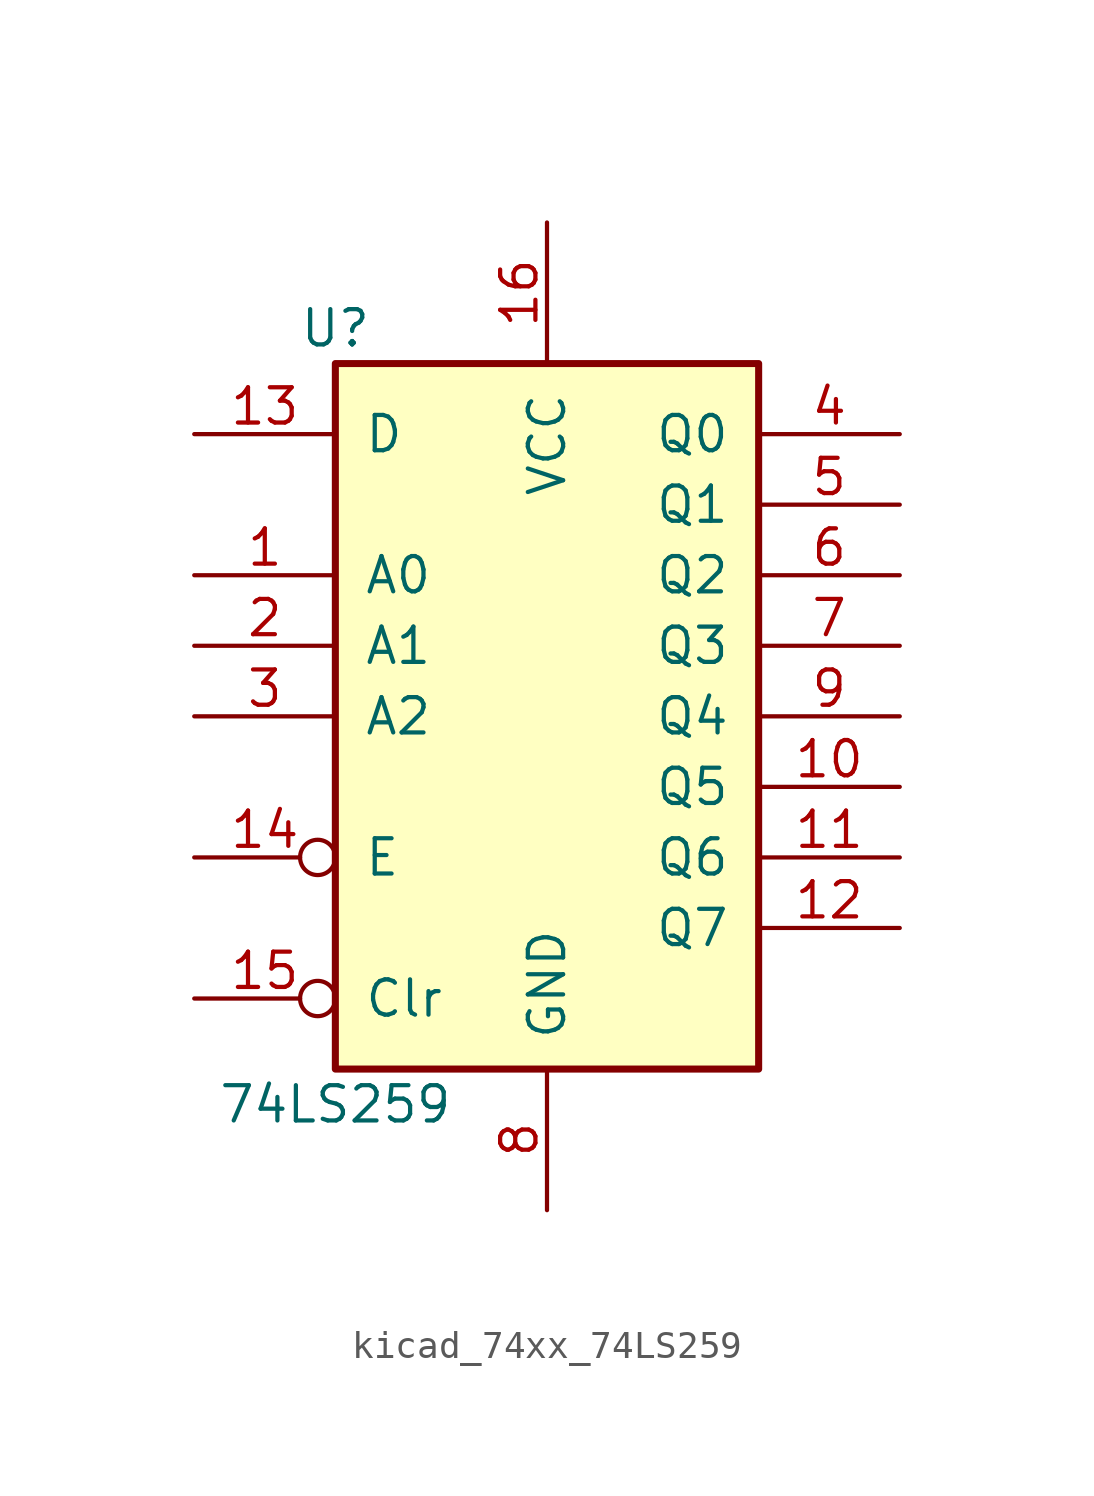
<source format=kicad_sym>
(kicad_symbol_lib
  (version 20220914)
  (generator kicad_symbol_editor)
  (symbol "kicad_74xx_74LS259"
    (pin_names
      (offset 1.016))
    (property "Reference" "U"
      (at -7.62 13.97 0)
      (effects (font (size 1.27 1.27))))
    (property "Value" "74LS259"
      (at -7.62 -13.97 0)
      (effects (font (size 1.27 1.27))))
    (property "ki_locked" ""
      (at 0 0 0)
      (effects (font (size 1.27 1.27))))
    (symbol "kicad_74xx_74LS259_1_0"
      (pin input line (at -12.7 5.08 0) (length 5.08) (name "A0" (effects (font (size 1.27 1.27)))) (number "1" (effects (font (size 1.27 1.27)))))
      (pin output line (at 12.7 -2.54 180) (length 5.08) (name "Q5" (effects (font (size 1.27 1.27)))) (number "10" (effects (font (size 1.27 1.27)))))
      (pin output line (at 12.7 -5.08 180) (length 5.08) (name "Q6" (effects (font (size 1.27 1.27)))) (number "11" (effects (font (size 1.27 1.27)))))
      (pin output line (at 12.7 -7.62 180) (length 5.08) (name "Q7" (effects (font (size 1.27 1.27)))) (number "12" (effects (font (size 1.27 1.27)))))
      (pin input line (at -12.7 10.16 0) (length 5.08) (name "D" (effects (font (size 1.27 1.27)))) (number "13" (effects (font (size 1.27 1.27)))))
      (pin input inverted (at -12.7 -5.08 0) (length 5.08) (name "E" (effects (font (size 1.27 1.27)))) (number "14" (effects (font (size 1.27 1.27)))))
      (pin input inverted (at -12.7 -10.16 0) (length 5.08) (name "Clr" (effects (font (size 1.27 1.27)))) (number "15" (effects (font (size 1.27 1.27)))))
      (pin power_in line (at 0 17.78 270) (length 5.08) (name "VCC" (effects (font (size 1.27 1.27)))) (number "16" (effects (font (size 1.27 1.27)))))
      (pin input line (at -12.7 2.54 0) (length 5.08) (name "A1" (effects (font (size 1.27 1.27)))) (number "2" (effects (font (size 1.27 1.27)))))
      (pin input line (at -12.7 0 0) (length 5.08) (name "A2" (effects (font (size 1.27 1.27)))) (number "3" (effects (font (size 1.27 1.27)))))
      (pin output line (at 12.7 10.16 180) (length 5.08) (name "Q0" (effects (font (size 1.27 1.27)))) (number "4" (effects (font (size 1.27 1.27)))))
      (pin output line (at 12.7 7.62 180) (length 5.08) (name "Q1" (effects (font (size 1.27 1.27)))) (number "5" (effects (font (size 1.27 1.27)))))
      (pin output line (at 12.7 5.08 180) (length 5.08) (name "Q2" (effects (font (size 1.27 1.27)))) (number "6" (effects (font (size 1.27 1.27)))))
      (pin output line (at 12.7 2.54 180) (length 5.08) (name "Q3" (effects (font (size 1.27 1.27)))) (number "7" (effects (font (size 1.27 1.27)))))
      (pin power_in line (at 0 -17.78 90) (length 5.08) (name "GND" (effects (font (size 1.27 1.27)))) (number "8" (effects (font (size 1.27 1.27)))))
      (pin output line (at 12.7 0 180) (length 5.08) (name "Q4" (effects (font (size 1.27 1.27)))) (number "9" (effects (font (size 1.27 1.27))))))
    (symbol "kicad_74xx_74LS259_1_1"
      (rectangle (start -7.62 12.7) (end 7.62 -12.7) (stroke (width 0.254) (type default)) (fill (type background))))))
</source>
